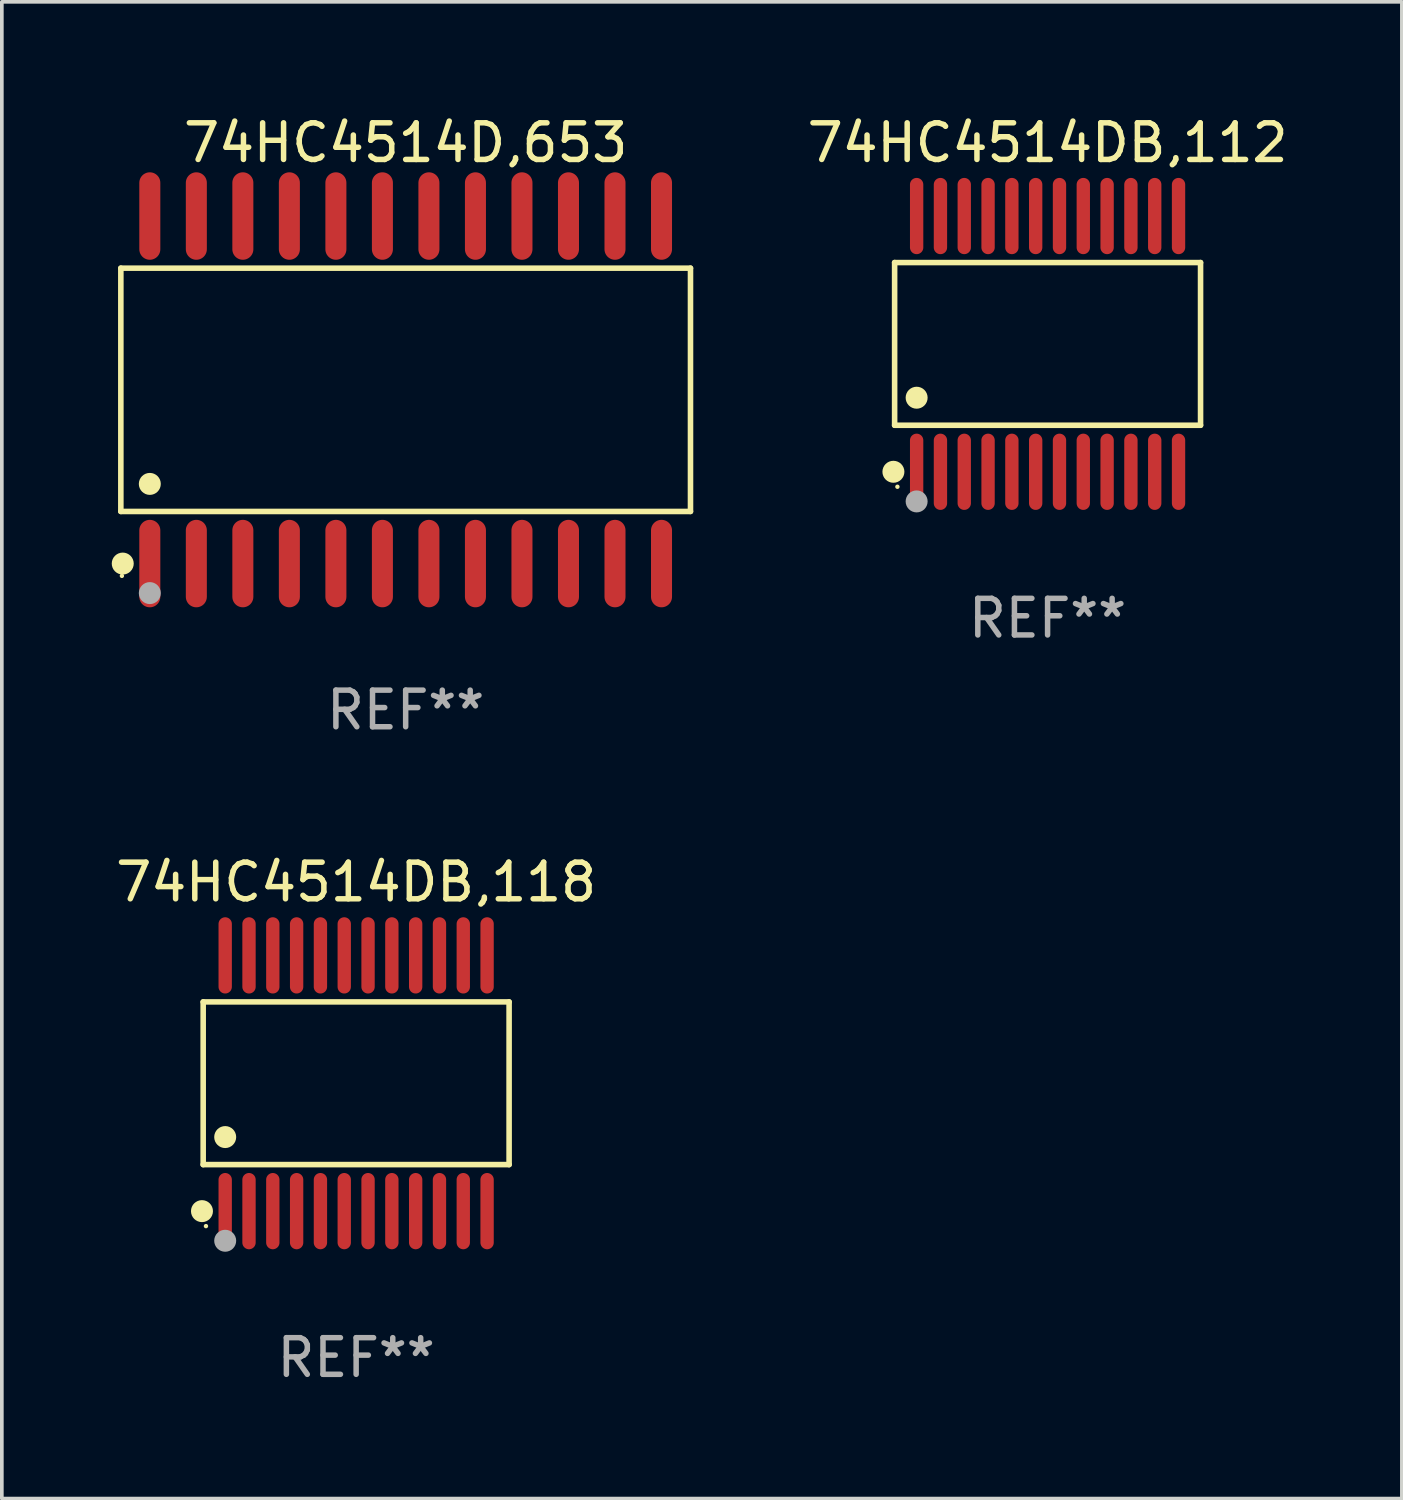
<source format=kicad_pcb>
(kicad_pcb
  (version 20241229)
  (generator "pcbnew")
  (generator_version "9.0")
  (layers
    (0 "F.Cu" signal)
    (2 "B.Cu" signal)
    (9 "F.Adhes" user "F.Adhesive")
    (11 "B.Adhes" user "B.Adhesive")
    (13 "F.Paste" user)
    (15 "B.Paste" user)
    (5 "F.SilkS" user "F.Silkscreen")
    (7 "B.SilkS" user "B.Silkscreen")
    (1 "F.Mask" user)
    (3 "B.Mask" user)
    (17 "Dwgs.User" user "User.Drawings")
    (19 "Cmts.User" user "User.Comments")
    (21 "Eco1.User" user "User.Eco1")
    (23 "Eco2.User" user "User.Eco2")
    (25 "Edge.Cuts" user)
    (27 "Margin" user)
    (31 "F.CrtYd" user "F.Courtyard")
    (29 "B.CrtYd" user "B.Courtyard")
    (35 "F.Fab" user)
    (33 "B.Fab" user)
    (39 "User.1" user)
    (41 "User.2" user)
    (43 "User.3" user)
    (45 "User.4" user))
  (footprint "74HC4514DB,118"
    (layer "F.Cu")
    (at 6.673 26.524)
    (property "Reference" "74HC4514DB,118" (at 0 -5.491 0) (layer "F.SilkS") (effects (font (size 1 1) (thickness 0.15))))
    (attr through_hole)
    (fp_line (start -4.176 -2.221) (end 4.176 -2.221) (stroke (width 0.152) (type solid)) (layer "F.SilkS"))
    (fp_line (start -4.176 2.221) (end -4.176 -2.221) (stroke (width 0.152) (type solid)) (layer "F.SilkS"))
    (fp_line (start 4.176 -2.221) (end 4.176 2.221) (stroke (width 0.152) (type solid)) (layer "F.SilkS"))
    (fp_line (start 4.176 2.221) (end -4.176 2.221) (stroke (width 0.152) (type solid)) (layer "F.SilkS"))
    (fp_circle (center -4.209 3.491) (end -4.059 3.491) (stroke (width 0.3) (type solid)) (fill no) (layer "F.SilkS"))
    (fp_circle (center -4.1 3.9) (end -4.07 3.9) (stroke (width 0.06) (type solid)) (fill no) (layer "F.SilkS"))
    (fp_circle (center -3.575 1.469) (end -3.425 1.469) (stroke (width 0.3) (type solid)) (fill no) (layer "F.SilkS"))
    (fp_circle (center -3.575 4.3) (end -3.425 4.3) (stroke (width 0.3) (type solid)) (fill no) (layer "F.Fab"))
    (fp_text user "REF**" (at 0 7.491 0) (layer "F.Fab") (effects (font (size 1 1) (thickness 0.15))))
    (pad "1" smd oval (at -3.575 3.491) (size 0.364 2.082) (layers "F.Cu" "F.Mask" "F.Paste"))
    (pad "2" smd oval (at -2.925 3.491) (size 0.364 2.082) (layers "F.Cu" "F.Mask" "F.Paste"))
    (pad "3" smd oval (at -2.275 3.491) (size 0.364 2.082) (layers "F.Cu" "F.Mask" "F.Paste"))
    (pad "4" smd oval (at -1.625 3.491) (size 0.364 2.082) (layers "F.Cu" "F.Mask" "F.Paste"))
    (pad "5" smd oval (at -0.975 3.491) (size 0.364 2.082) (layers "F.Cu" "F.Mask" "F.Paste"))
    (pad "6" smd oval (at -0.325 3.491) (size 0.364 2.082) (layers "F.Cu" "F.Mask" "F.Paste"))
    (pad "7" smd oval (at 0.325 3.491) (size 0.364 2.082) (layers "F.Cu" "F.Mask" "F.Paste"))
    (pad "8" smd oval (at 0.975 3.491) (size 0.364 2.082) (layers "F.Cu" "F.Mask" "F.Paste"))
    (pad "9" smd oval (at 1.625 3.491) (size 0.364 2.082) (layers "F.Cu" "F.Mask" "F.Paste"))
    (pad "10" smd oval (at 2.275 3.491) (size 0.364 2.082) (layers "F.Cu" "F.Mask" "F.Paste"))
    (pad "11" smd oval (at 2.925 3.491) (size 0.364 2.082) (layers "F.Cu" "F.Mask" "F.Paste"))
    (pad "12" smd oval (at 3.575 3.491) (size 0.364 2.082) (layers "F.Cu" "F.Mask" "F.Paste"))
    (pad "13" smd oval (at 3.575 -3.491) (size 0.364 2.082) (layers "F.Cu" "F.Mask" "F.Paste"))
    (pad "14" smd oval (at 2.925 -3.491) (size 0.364 2.082) (layers "F.Cu" "F.Mask" "F.Paste"))
    (pad "15" smd oval (at 2.275 -3.491) (size 0.364 2.082) (layers "F.Cu" "F.Mask" "F.Paste"))
    (pad "16" smd oval (at 1.625 -3.491) (size 0.364 2.082) (layers "F.Cu" "F.Mask" "F.Paste"))
    (pad "17" smd oval (at 0.975 -3.491) (size 0.364 2.082) (layers "F.Cu" "F.Mask" "F.Paste"))
    (pad "18" smd oval (at 0.325 -3.491) (size 0.364 2.082) (layers "F.Cu" "F.Mask" "F.Paste"))
    (pad "19" smd oval (at -0.325 -3.491) (size 0.364 2.082) (layers "F.Cu" "F.Mask" "F.Paste"))
    (pad "20" smd oval (at -0.975 -3.491) (size 0.364 2.082) (layers "F.Cu" "F.Mask" "F.Paste"))
    (pad "21" smd oval (at -1.625 -3.491) (size 0.364 2.082) (layers "F.Cu" "F.Mask" "F.Paste"))
    (pad "22" smd oval (at -2.275 -3.491) (size 0.364 2.082) (layers "F.Cu" "F.Mask" "F.Paste"))
    (pad "23" smd oval (at -2.925 -3.491) (size 0.364 2.082) (layers "F.Cu" "F.Mask" "F.Paste"))
    (pad "24" smd oval (at -3.575 -3.491) (size 0.364 2.082) (layers "F.Cu" "F.Mask" "F.Paste")))
  (footprint "74HC4514D,653"
    (layer "F.Cu")
    (at 8.025 7.592)
    (property "Reference" "74HC4514D,653" (at 0 -6.744 0) (layer "F.SilkS") (effects (font (size 1 1) (thickness 0.15))))
    (attr through_hole)
    (fp_line (start -7.776 -3.321) (end 7.776 -3.321) (stroke (width 0.152) (type solid)) (layer "F.SilkS"))
    (fp_line (start -7.776 3.321) (end -7.776 -3.321) (stroke (width 0.152) (type solid)) (layer "F.SilkS"))
    (fp_line (start 7.776 -3.321) (end 7.776 3.321) (stroke (width 0.152) (type solid)) (layer "F.SilkS"))
    (fp_line (start 7.776 3.321) (end -7.776 3.321) (stroke (width 0.152) (type solid)) (layer "F.SilkS"))
    (fp_circle (center -7.747 5.08) (end -7.717 5.08) (stroke (width 0.06) (type solid)) (fill no) (layer "F.SilkS"))
    (fp_circle (center -7.724 4.744) (end -7.574 4.744) (stroke (width 0.3) (type solid)) (fill no) (layer "F.SilkS"))
    (fp_circle (center -6.985 2.569) (end -6.835 2.569) (stroke (width 0.3) (type solid)) (fill no) (layer "F.SilkS"))
    (fp_circle (center -6.985 5.55) (end -6.835 5.55) (stroke (width 0.3) (type solid)) (fill no) (layer "F.Fab"))
    (fp_text user "REF**" (at 0 8.744 0) (layer "F.Fab") (effects (font (size 1 1) (thickness 0.15))))
    (pad "1" smd oval (at -6.985 4.744) (size 0.574 2.388) (layers "F.Cu" "F.Mask" "F.Paste"))
    (pad "2" smd oval (at -5.715 4.744) (size 0.574 2.388) (layers "F.Cu" "F.Mask" "F.Paste"))
    (pad "3" smd oval (at -4.445 4.744) (size 0.574 2.388) (layers "F.Cu" "F.Mask" "F.Paste"))
    (pad "4" smd oval (at -3.175 4.744) (size 0.574 2.388) (layers "F.Cu" "F.Mask" "F.Paste"))
    (pad "5" smd oval (at -1.905 4.744) (size 0.574 2.388) (layers "F.Cu" "F.Mask" "F.Paste"))
    (pad "6" smd oval (at -0.635 4.744) (size 0.574 2.388) (layers "F.Cu" "F.Mask" "F.Paste"))
    (pad "7" smd oval (at 0.635 4.744) (size 0.574 2.388) (layers "F.Cu" "F.Mask" "F.Paste"))
    (pad "8" smd oval (at 1.905 4.744) (size 0.574 2.388) (layers "F.Cu" "F.Mask" "F.Paste"))
    (pad "9" smd oval (at 3.175 4.744) (size 0.574 2.388) (layers "F.Cu" "F.Mask" "F.Paste"))
    (pad "10" smd oval (at 4.445 4.744) (size 0.574 2.388) (layers "F.Cu" "F.Mask" "F.Paste"))
    (pad "11" smd oval (at 5.715 4.744) (size 0.574 2.388) (layers "F.Cu" "F.Mask" "F.Paste"))
    (pad "12" smd oval (at 6.985 4.744) (size 0.574 2.388) (layers "F.Cu" "F.Mask" "F.Paste"))
    (pad "13" smd oval (at 6.985 -4.744) (size 0.574 2.388) (layers "F.Cu" "F.Mask" "F.Paste"))
    (pad "14" smd oval (at 5.715 -4.744) (size 0.574 2.388) (layers "F.Cu" "F.Mask" "F.Paste"))
    (pad "15" smd oval (at 4.445 -4.744) (size 0.574 2.388) (layers "F.Cu" "F.Mask" "F.Paste"))
    (pad "16" smd oval (at 3.175 -4.744) (size 0.574 2.388) (layers "F.Cu" "F.Mask" "F.Paste"))
    (pad "17" smd oval (at 1.905 -4.744) (size 0.574 2.388) (layers "F.Cu" "F.Mask" "F.Paste"))
    (pad "18" smd oval (at 0.635 -4.744) (size 0.574 2.388) (layers "F.Cu" "F.Mask" "F.Paste"))
    (pad "19" smd oval (at -0.635 -4.744) (size 0.574 2.388) (layers "F.Cu" "F.Mask" "F.Paste"))
    (pad "20" smd oval (at -1.905 -4.744) (size 0.574 2.388) (layers "F.Cu" "F.Mask" "F.Paste"))
    (pad "21" smd oval (at -3.175 -4.744) (size 0.574 2.388) (layers "F.Cu" "F.Mask" "F.Paste"))
    (pad "22" smd oval (at -4.445 -4.744) (size 0.574 2.388) (layers "F.Cu" "F.Mask" "F.Paste"))
    (pad "23" smd oval (at -5.715 -4.744) (size 0.574 2.388) (layers "F.Cu" "F.Mask" "F.Paste"))
    (pad "24" smd oval (at -6.985 -4.744) (size 0.574 2.388) (layers "F.Cu" "F.Mask" "F.Paste")))
  (footprint "74HC4514DB,112"
    (layer "F.Cu")
    (at 25.55 6.339)
    (property "Reference" "74HC4514DB,112" (at 0 -5.491 0) (layer "F.SilkS") (effects (font (size 1 1) (thickness 0.15))))
    (attr through_hole)
    (fp_line (start -4.176 -2.221) (end 4.176 -2.221) (stroke (width 0.152) (type solid)) (layer "F.SilkS"))
    (fp_line (start -4.176 2.221) (end -4.176 -2.221) (stroke (width 0.152) (type solid)) (layer "F.SilkS"))
    (fp_line (start 4.176 -2.221) (end 4.176 2.221) (stroke (width 0.152) (type solid)) (layer "F.SilkS"))
    (fp_line (start 4.176 2.221) (end -4.176 2.221) (stroke (width 0.152) (type solid)) (layer "F.SilkS"))
    (fp_circle (center -4.209 3.491) (end -4.059 3.491) (stroke (width 0.3) (type solid)) (fill no) (layer "F.SilkS"))
    (fp_circle (center -4.1 3.9) (end -4.07 3.9) (stroke (width 0.06) (type solid)) (fill no) (layer "F.SilkS"))
    (fp_circle (center -3.575 1.469) (end -3.425 1.469) (stroke (width 0.3) (type solid)) (fill no) (layer "F.SilkS"))
    (fp_circle (center -3.575 4.3) (end -3.425 4.3) (stroke (width 0.3) (type solid)) (fill no) (layer "F.Fab"))
    (fp_text user "REF**" (at 0 7.491 0) (layer "F.Fab") (effects (font (size 1 1) (thickness 0.15))))
    (pad "1" smd oval (at -3.575 3.491) (size 0.364 2.082) (layers "F.Cu" "F.Mask" "F.Paste"))
    (pad "2" smd oval (at -2.925 3.491) (size 0.364 2.082) (layers "F.Cu" "F.Mask" "F.Paste"))
    (pad "3" smd oval (at -2.275 3.491) (size 0.364 2.082) (layers "F.Cu" "F.Mask" "F.Paste"))
    (pad "4" smd oval (at -1.625 3.491) (size 0.364 2.082) (layers "F.Cu" "F.Mask" "F.Paste"))
    (pad "5" smd oval (at -0.975 3.491) (size 0.364 2.082) (layers "F.Cu" "F.Mask" "F.Paste"))
    (pad "6" smd oval (at -0.325 3.491) (size 0.364 2.082) (layers "F.Cu" "F.Mask" "F.Paste"))
    (pad "7" smd oval (at 0.325 3.491) (size 0.364 2.082) (layers "F.Cu" "F.Mask" "F.Paste"))
    (pad "8" smd oval (at 0.975 3.491) (size 0.364 2.082) (layers "F.Cu" "F.Mask" "F.Paste"))
    (pad "9" smd oval (at 1.625 3.491) (size 0.364 2.082) (layers "F.Cu" "F.Mask" "F.Paste"))
    (pad "10" smd oval (at 2.275 3.491) (size 0.364 2.082) (layers "F.Cu" "F.Mask" "F.Paste"))
    (pad "11" smd oval (at 2.925 3.491) (size 0.364 2.082) (layers "F.Cu" "F.Mask" "F.Paste"))
    (pad "12" smd oval (at 3.575 3.491) (size 0.364 2.082) (layers "F.Cu" "F.Mask" "F.Paste"))
    (pad "13" smd oval (at 3.575 -3.491) (size 0.364 2.082) (layers "F.Cu" "F.Mask" "F.Paste"))
    (pad "14" smd oval (at 2.925 -3.491) (size 0.364 2.082) (layers "F.Cu" "F.Mask" "F.Paste"))
    (pad "15" smd oval (at 2.275 -3.491) (size 0.364 2.082) (layers "F.Cu" "F.Mask" "F.Paste"))
    (pad "16" smd oval (at 1.625 -3.491) (size 0.364 2.082) (layers "F.Cu" "F.Mask" "F.Paste"))
    (pad "17" smd oval (at 0.975 -3.491) (size 0.364 2.082) (layers "F.Cu" "F.Mask" "F.Paste"))
    (pad "18" smd oval (at 0.325 -3.491) (size 0.364 2.082) (layers "F.Cu" "F.Mask" "F.Paste"))
    (pad "19" smd oval (at -0.325 -3.491) (size 0.364 2.082) (layers "F.Cu" "F.Mask" "F.Paste"))
    (pad "20" smd oval (at -0.975 -3.491) (size 0.364 2.082) (layers "F.Cu" "F.Mask" "F.Paste"))
    (pad "21" smd oval (at -1.625 -3.491) (size 0.364 2.082) (layers "F.Cu" "F.Mask" "F.Paste"))
    (pad "22" smd oval (at -2.275 -3.491) (size 0.364 2.082) (layers "F.Cu" "F.Mask" "F.Paste"))
    (pad "23" smd oval (at -2.925 -3.491) (size 0.364 2.082) (layers "F.Cu" "F.Mask" "F.Paste"))
    (pad "24" smd oval (at -3.575 -3.491) (size 0.364 2.082) (layers "F.Cu" "F.Mask" "F.Paste")))
  (gr_rect
    (start -3 -3)
    (end 35.222 37.863)
    (stroke (width 0.1) (type default))
    (fill no)
    (layer "Edge.Cuts")))
</source>
